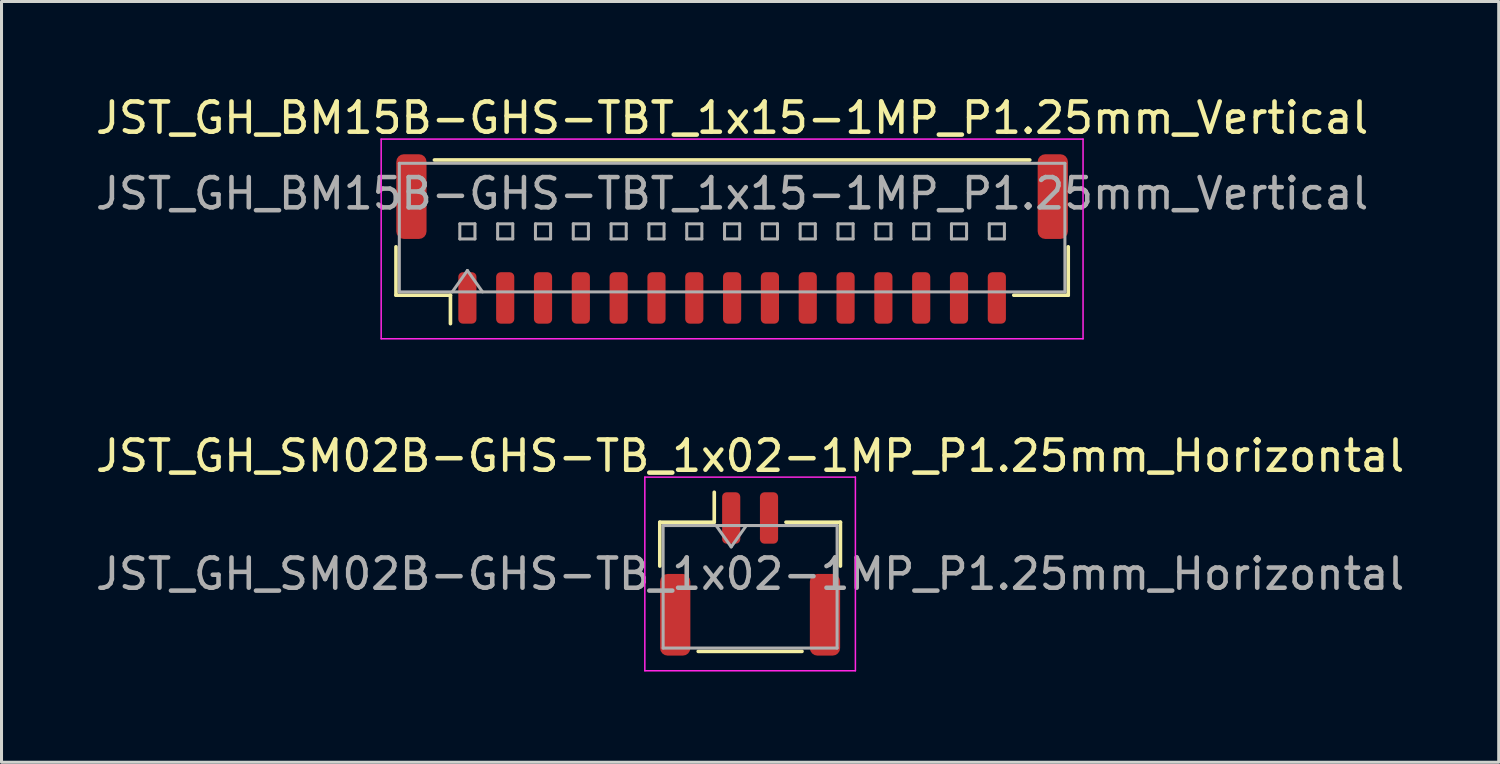
<source format=kicad_pcb>
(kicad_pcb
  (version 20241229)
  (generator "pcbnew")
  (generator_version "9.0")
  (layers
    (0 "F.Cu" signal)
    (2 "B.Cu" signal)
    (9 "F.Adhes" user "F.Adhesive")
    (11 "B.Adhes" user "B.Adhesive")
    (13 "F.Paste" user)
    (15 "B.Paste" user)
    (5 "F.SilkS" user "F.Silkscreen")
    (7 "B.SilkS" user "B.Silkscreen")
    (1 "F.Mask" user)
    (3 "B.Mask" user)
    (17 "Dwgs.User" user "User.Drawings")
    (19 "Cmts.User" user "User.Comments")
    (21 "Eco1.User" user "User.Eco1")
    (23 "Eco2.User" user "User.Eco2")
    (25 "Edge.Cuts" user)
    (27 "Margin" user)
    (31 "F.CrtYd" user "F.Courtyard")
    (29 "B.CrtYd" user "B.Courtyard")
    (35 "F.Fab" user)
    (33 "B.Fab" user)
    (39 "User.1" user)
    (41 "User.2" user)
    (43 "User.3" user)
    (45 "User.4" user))
  (footprint "JST_GH_BM15B-GHS-TBT_1x15-1MP_P1.25mm_Vertical"
    (layer "F.Cu")
    (at 21.149 4.848)
    (property "Reference" "JST_GH_BM15B-GHS-TBT_1x15-1MP_P1.25mm_Vertical" (at 0 -4 0) (layer "F.SilkS") (effects (font (size 1 1) (thickness 0.15))))
    (attr smd)
    (fp_line (start -11.11 0.26) (end -11.11 1.86) (stroke (width 0.12) (type solid)) (layer "F.SilkS"))
    (fp_line (start -11.11 1.86) (end -9.31 1.86) (stroke (width 0.12) (type solid)) (layer "F.SilkS"))
    (fp_line (start -9.84 -2.61) (end 9.84 -2.61) (stroke (width 0.12) (type solid)) (layer "F.SilkS"))
    (fp_line (start -9.31 1.86) (end -9.31 2.8) (stroke (width 0.12) (type solid)) (layer "F.SilkS"))
    (fp_line (start 11.11 0.26) (end 11.11 1.86) (stroke (width 0.12) (type solid)) (layer "F.SilkS"))
    (fp_line (start 11.11 1.86) (end 9.31 1.86) (stroke (width 0.12) (type solid)) (layer "F.SilkS"))
    (fp_line (start -11.6 -3.3) (end -11.6 3.3) (stroke (width 0.05) (type solid)) (layer "F.CrtYd"))
    (fp_line (start -11.6 3.3) (end 11.6 3.3) (stroke (width 0.05) (type solid)) (layer "F.CrtYd"))
    (fp_line (start 11.6 -3.3) (end -11.6 -3.3) (stroke (width 0.05) (type solid)) (layer "F.CrtYd"))
    (fp_line (start 11.6 3.3) (end 11.6 -3.3) (stroke (width 0.05) (type solid)) (layer "F.CrtYd"))
    (fp_line (start -11 -2.5) (end 11 -2.5) (stroke (width 0.1) (type solid)) (layer "F.Fab"))
    (fp_line (start -11 1.75) (end -11 -2.5) (stroke (width 0.1) (type solid)) (layer "F.Fab"))
    (fp_line (start -11 1.75) (end 11 1.75) (stroke (width 0.1) (type solid)) (layer "F.Fab"))
    (fp_line (start -9.25 1.75) (end -8.75 1.043) (stroke (width 0.1) (type solid)) (layer "F.Fab"))
    (fp_line (start -9 -0.5) (end -9 0) (stroke (width 0.1) (type solid)) (layer "F.Fab"))
    (fp_line (start -9 0) (end -8.5 0) (stroke (width 0.1) (type solid)) (layer "F.Fab"))
    (fp_line (start -8.75 1.043) (end -8.25 1.75) (stroke (width 0.1) (type solid)) (layer "F.Fab"))
    (fp_line (start -8.5 -0.5) (end -9 -0.5) (stroke (width 0.1) (type solid)) (layer "F.Fab"))
    (fp_line (start -8.5 0) (end -8.5 -0.5) (stroke (width 0.1) (type solid)) (layer "F.Fab"))
    (fp_line (start -7.75 -0.5) (end -7.75 0) (stroke (width 0.1) (type solid)) (layer "F.Fab"))
    (fp_line (start -7.75 0) (end -7.25 0) (stroke (width 0.1) (type solid)) (layer "F.Fab"))
    (fp_line (start -7.25 -0.5) (end -7.75 -0.5) (stroke (width 0.1) (type solid)) (layer "F.Fab"))
    (fp_line (start -7.25 0) (end -7.25 -0.5) (stroke (width 0.1) (type solid)) (layer "F.Fab"))
    (fp_line (start -6.5 -0.5) (end -6.5 0) (stroke (width 0.1) (type solid)) (layer "F.Fab"))
    (fp_line (start -6.5 0) (end -6 0) (stroke (width 0.1) (type solid)) (layer "F.Fab"))
    (fp_line (start -6 -0.5) (end -6.5 -0.5) (stroke (width 0.1) (type solid)) (layer "F.Fab"))
    (fp_line (start -6 0) (end -6 -0.5) (stroke (width 0.1) (type solid)) (layer "F.Fab"))
    (fp_line (start -5.25 -0.5) (end -5.25 0) (stroke (width 0.1) (type solid)) (layer "F.Fab"))
    (fp_line (start -5.25 0) (end -4.75 0) (stroke (width 0.1) (type solid)) (layer "F.Fab"))
    (fp_line (start -4.75 -0.5) (end -5.25 -0.5) (stroke (width 0.1) (type solid)) (layer "F.Fab"))
    (fp_line (start -4.75 0) (end -4.75 -0.5) (stroke (width 0.1) (type solid)) (layer "F.Fab"))
    (fp_line (start -4 -0.5) (end -4 0) (stroke (width 0.1) (type solid)) (layer "F.Fab"))
    (fp_line (start -4 0) (end -3.5 0) (stroke (width 0.1) (type solid)) (layer "F.Fab"))
    (fp_line (start -3.5 -0.5) (end -4 -0.5) (stroke (width 0.1) (type solid)) (layer "F.Fab"))
    (fp_line (start -3.5 0) (end -3.5 -0.5) (stroke (width 0.1) (type solid)) (layer "F.Fab"))
    (fp_line (start -2.75 -0.5) (end -2.75 0) (stroke (width 0.1) (type solid)) (layer "F.Fab"))
    (fp_line (start -2.75 0) (end -2.25 0) (stroke (width 0.1) (type solid)) (layer "F.Fab"))
    (fp_line (start -2.25 -0.5) (end -2.75 -0.5) (stroke (width 0.1) (type solid)) (layer "F.Fab"))
    (fp_line (start -2.25 0) (end -2.25 -0.5) (stroke (width 0.1) (type solid)) (layer "F.Fab"))
    (fp_line (start -1.5 -0.5) (end -1.5 0) (stroke (width 0.1) (type solid)) (layer "F.Fab"))
    (fp_line (start -1.5 0) (end -1 0) (stroke (width 0.1) (type solid)) (layer "F.Fab"))
    (fp_line (start -1 -0.5) (end -1.5 -0.5) (stroke (width 0.1) (type solid)) (layer "F.Fab"))
    (fp_line (start -1 0) (end -1 -0.5) (stroke (width 0.1) (type solid)) (layer "F.Fab"))
    (fp_line (start -0.25 -0.5) (end -0.25 0) (stroke (width 0.1) (type solid)) (layer "F.Fab"))
    (fp_line (start -0.25 0) (end 0.25 0) (stroke (width 0.1) (type solid)) (layer "F.Fab"))
    (fp_line (start 0.25 -0.5) (end -0.25 -0.5) (stroke (width 0.1) (type solid)) (layer "F.Fab"))
    (fp_line (start 0.25 0) (end 0.25 -0.5) (stroke (width 0.1) (type solid)) (layer "F.Fab"))
    (fp_line (start 1 -0.5) (end 1 0) (stroke (width 0.1) (type solid)) (layer "F.Fab"))
    (fp_line (start 1 0) (end 1.5 0) (stroke (width 0.1) (type solid)) (layer "F.Fab"))
    (fp_line (start 1.5 -0.5) (end 1 -0.5) (stroke (width 0.1) (type solid)) (layer "F.Fab"))
    (fp_line (start 1.5 0) (end 1.5 -0.5) (stroke (width 0.1) (type solid)) (layer "F.Fab"))
    (fp_line (start 2.25 -0.5) (end 2.25 0) (stroke (width 0.1) (type solid)) (layer "F.Fab"))
    (fp_line (start 2.25 0) (end 2.75 0) (stroke (width 0.1) (type solid)) (layer "F.Fab"))
    (fp_line (start 2.75 -0.5) (end 2.25 -0.5) (stroke (width 0.1) (type solid)) (layer "F.Fab"))
    (fp_line (start 2.75 0) (end 2.75 -0.5) (stroke (width 0.1) (type solid)) (layer "F.Fab"))
    (fp_line (start 3.5 -0.5) (end 3.5 0) (stroke (width 0.1) (type solid)) (layer "F.Fab"))
    (fp_line (start 3.5 0) (end 4 0) (stroke (width 0.1) (type solid)) (layer "F.Fab"))
    (fp_line (start 4 -0.5) (end 3.5 -0.5) (stroke (width 0.1) (type solid)) (layer "F.Fab"))
    (fp_line (start 4 0) (end 4 -0.5) (stroke (width 0.1) (type solid)) (layer "F.Fab"))
    (fp_line (start 4.75 -0.5) (end 4.75 0) (stroke (width 0.1) (type solid)) (layer "F.Fab"))
    (fp_line (start 4.75 0) (end 5.25 0) (stroke (width 0.1) (type solid)) (layer "F.Fab"))
    (fp_line (start 5.25 -0.5) (end 4.75 -0.5) (stroke (width 0.1) (type solid)) (layer "F.Fab"))
    (fp_line (start 5.25 0) (end 5.25 -0.5) (stroke (width 0.1) (type solid)) (layer "F.Fab"))
    (fp_line (start 6 -0.5) (end 6 0) (stroke (width 0.1) (type solid)) (layer "F.Fab"))
    (fp_line (start 6 0) (end 6.5 0) (stroke (width 0.1) (type solid)) (layer "F.Fab"))
    (fp_line (start 6.5 -0.5) (end 6 -0.5) (stroke (width 0.1) (type solid)) (layer "F.Fab"))
    (fp_line (start 6.5 0) (end 6.5 -0.5) (stroke (width 0.1) (type solid)) (layer "F.Fab"))
    (fp_line (start 7.25 -0.5) (end 7.25 0) (stroke (width 0.1) (type solid)) (layer "F.Fab"))
    (fp_line (start 7.25 0) (end 7.75 0) (stroke (width 0.1) (type solid)) (layer "F.Fab"))
    (fp_line (start 7.75 -0.5) (end 7.25 -0.5) (stroke (width 0.1) (type solid)) (layer "F.Fab"))
    (fp_line (start 7.75 0) (end 7.75 -0.5) (stroke (width 0.1) (type solid)) (layer "F.Fab"))
    (fp_line (start 8.5 -0.5) (end 8.5 0) (stroke (width 0.1) (type solid)) (layer "F.Fab"))
    (fp_line (start 8.5 0) (end 9 0) (stroke (width 0.1) (type solid)) (layer "F.Fab"))
    (fp_line (start 9 -0.5) (end 8.5 -0.5) (stroke (width 0.1) (type solid)) (layer "F.Fab"))
    (fp_line (start 9 0) (end 9 -0.5) (stroke (width 0.1) (type solid)) (layer "F.Fab"))
    (fp_line (start 11 1.75) (end 11 -2.5) (stroke (width 0.1) (type solid)) (layer "F.Fab"))
    (fp_text user "${REFERENCE}" (at 0 -1.5 0) (layer "F.Fab") (effects (font (size 1 1) (thickness 0.15))))
    (pad "1" smd roundrect (at -8.75 1.95) (size 0.6 1.7) (layers "F.Cu" "F.Mask" "F.Paste") (roundrect_rratio 0.25))
    (pad "2" smd roundrect (at -7.5 1.95) (size 0.6 1.7) (layers "F.Cu" "F.Mask" "F.Paste") (roundrect_rratio 0.25))
    (pad "3" smd roundrect (at -6.25 1.95) (size 0.6 1.7) (layers "F.Cu" "F.Mask" "F.Paste") (roundrect_rratio 0.25))
    (pad "4" smd roundrect (at -5 1.95) (size 0.6 1.7) (layers "F.Cu" "F.Mask" "F.Paste") (roundrect_rratio 0.25))
    (pad "5" smd roundrect (at -3.75 1.95) (size 0.6 1.7) (layers "F.Cu" "F.Mask" "F.Paste") (roundrect_rratio 0.25))
    (pad "6" smd roundrect (at -2.5 1.95) (size 0.6 1.7) (layers "F.Cu" "F.Mask" "F.Paste") (roundrect_rratio 0.25))
    (pad "7" smd roundrect (at -1.25 1.95) (size 0.6 1.7) (layers "F.Cu" "F.Mask" "F.Paste") (roundrect_rratio 0.25))
    (pad "8" smd roundrect (at 0 1.95) (size 0.6 1.7) (layers "F.Cu" "F.Mask" "F.Paste") (roundrect_rratio 0.25))
    (pad "9" smd roundrect (at 1.25 1.95) (size 0.6 1.7) (layers "F.Cu" "F.Mask" "F.Paste") (roundrect_rratio 0.25))
    (pad "10" smd roundrect (at 2.5 1.95) (size 0.6 1.7) (layers "F.Cu" "F.Mask" "F.Paste") (roundrect_rratio 0.25))
    (pad "11" smd roundrect (at 3.75 1.95) (size 0.6 1.7) (layers "F.Cu" "F.Mask" "F.Paste") (roundrect_rratio 0.25))
    (pad "12" smd roundrect (at 5 1.95) (size 0.6 1.7) (layers "F.Cu" "F.Mask" "F.Paste") (roundrect_rratio 0.25))
    (pad "13" smd roundrect (at 6.25 1.95) (size 0.6 1.7) (layers "F.Cu" "F.Mask" "F.Paste") (roundrect_rratio 0.25))
    (pad "14" smd roundrect (at 7.5 1.95) (size 0.6 1.7) (layers "F.Cu" "F.Mask" "F.Paste") (roundrect_rratio 0.25))
    (pad "15" smd roundrect (at 8.75 1.95) (size 0.6 1.7) (layers "F.Cu" "F.Mask" "F.Paste") (roundrect_rratio 0.25))
    (pad "MP" smd roundrect (at -10.6 -1.4) (size 1 2.8) (layers "F.Cu" "F.Mask" "F.Paste") (roundrect_rratio 0.25))
    (pad "MP" smd roundrect (at 10.6 -1.4) (size 1 2.8) (layers "F.Cu" "F.Mask" "F.Paste") (roundrect_rratio 0.25)))
  (footprint "JST_GH_SM02B-GHS-TB_1x02-1MP_P1.25mm_Horizontal"
    (layer "F.Cu")
    (at 21.744 15.921)
    (property "Reference" "JST_GH_SM02B-GHS-TB_1x02-1MP_P1.25mm_Horizontal" (at 0 -3.9 0) (layer "F.SilkS") (effects (font (size 1 1) (thickness 0.15))))
    (attr smd)
    (fp_line (start -2.985 -1.71) (end -1.185 -1.71) (stroke (width 0.12) (type solid)) (layer "F.SilkS"))
    (fp_line (start -2.985 -0.26) (end -2.985 -1.71) (stroke (width 0.12) (type solid)) (layer "F.SilkS"))
    (fp_line (start -1.715 2.56) (end 1.715 2.56) (stroke (width 0.12) (type solid)) (layer "F.SilkS"))
    (fp_line (start -1.185 -1.71) (end -1.185 -2.7) (stroke (width 0.12) (type solid)) (layer "F.SilkS"))
    (fp_line (start 2.985 -1.71) (end 1.185 -1.71) (stroke (width 0.12) (type solid)) (layer "F.SilkS"))
    (fp_line (start 2.985 -0.26) (end 2.985 -1.71) (stroke (width 0.12) (type solid)) (layer "F.SilkS"))
    (fp_line (start -3.48 -3.2) (end -3.48 3.2) (stroke (width 0.05) (type solid)) (layer "F.CrtYd"))
    (fp_line (start -3.48 3.2) (end 3.48 3.2) (stroke (width 0.05) (type solid)) (layer "F.CrtYd"))
    (fp_line (start 3.48 -3.2) (end -3.48 -3.2) (stroke (width 0.05) (type solid)) (layer "F.CrtYd"))
    (fp_line (start 3.48 3.2) (end 3.48 -3.2) (stroke (width 0.05) (type solid)) (layer "F.CrtYd"))
    (fp_line (start -2.875 -1.6) (end -2.875 2.45) (stroke (width 0.1) (type solid)) (layer "F.Fab"))
    (fp_line (start -2.875 -1.6) (end 2.875 -1.6) (stroke (width 0.1) (type solid)) (layer "F.Fab"))
    (fp_line (start -2.875 2.45) (end 2.875 2.45) (stroke (width 0.1) (type solid)) (layer "F.Fab"))
    (fp_line (start -1.125 -1.6) (end -0.625 -0.893) (stroke (width 0.1) (type solid)) (layer "F.Fab"))
    (fp_line (start -0.625 -0.893) (end -0.125 -1.6) (stroke (width 0.1) (type solid)) (layer "F.Fab"))
    (fp_line (start 2.875 -1.6) (end 2.875 2.45) (stroke (width 0.1) (type solid)) (layer "F.Fab"))
    (fp_text user "${REFERENCE}" (at 0 0 0) (layer "F.Fab") (effects (font (size 1 1) (thickness 0.15))))
    (pad "1" smd roundrect (at -0.625 -1.85) (size 0.6 1.7) (layers "F.Cu" "F.Mask" "F.Paste") (roundrect_rratio 0.25))
    (pad "2" smd roundrect (at 0.625 -1.85) (size 0.6 1.7) (layers "F.Cu" "F.Mask" "F.Paste") (roundrect_rratio 0.25))
    (pad "MP" smd roundrect (at -2.475 1.35) (size 1 2.7) (layers "F.Cu" "F.Mask" "F.Paste") (roundrect_rratio 0.25))
    (pad "MP" smd roundrect (at 2.475 1.35) (size 1 2.7) (layers "F.Cu" "F.Mask" "F.Paste") (roundrect_rratio 0.25)))
  (gr_rect
    (start -3 -3)
    (end 46.488 22.146)
    (stroke (width 0.1) (type default))
    (fill no)
    (layer "Edge.Cuts")))
</source>
